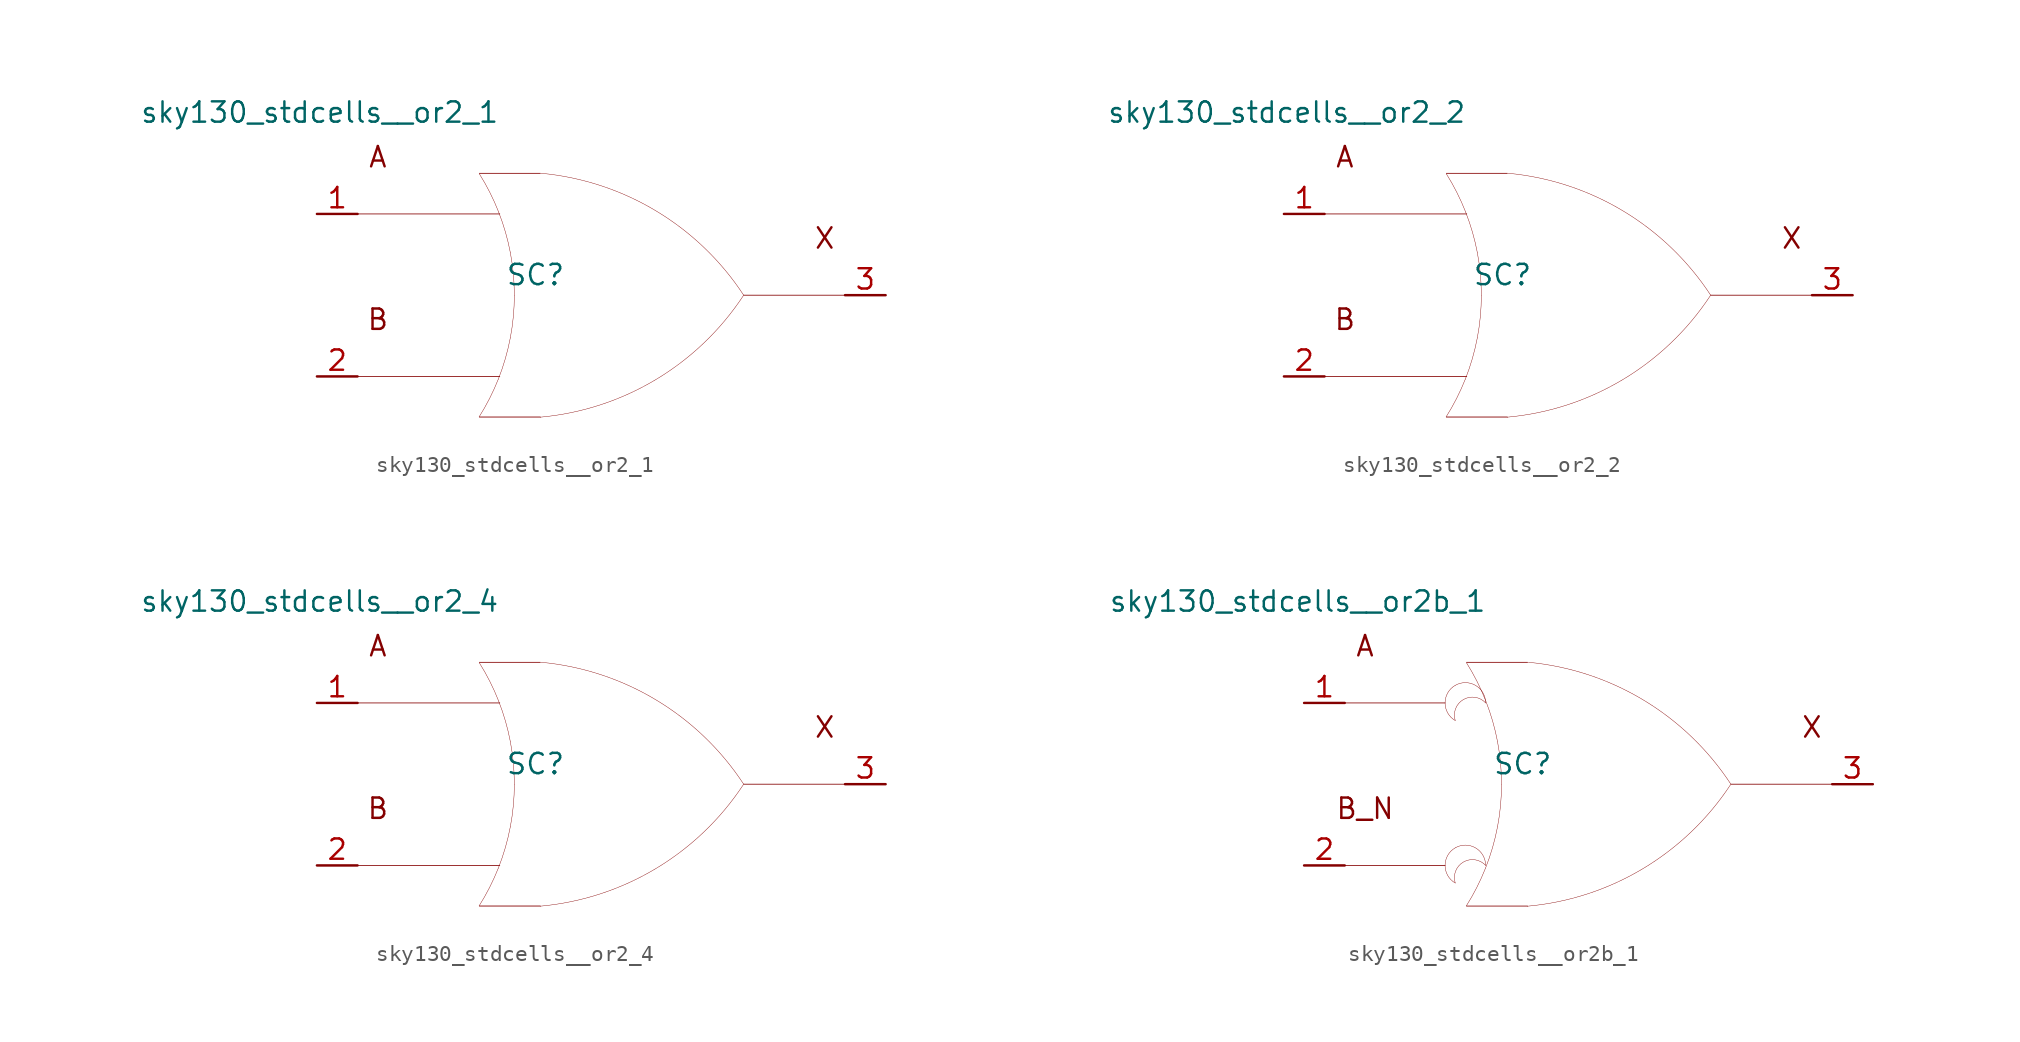
<source format=kicad_sym>
(kicad_symbol_lib
  (version 20211014)
  (generator kicad_symbol_editor)
  (symbol "sky130_stdcells__or2_1"
    (pin_names hide)
    (property "Reference" "SC"
      (at -4.115 1.27 0)
      (effects (font (size 1.27 1.27))))
    (property "Value" "sky130_stdcells__or2_1"
      (at -6.35 11.43 0)
      (effects (font (size 1.27 1.27)) (justify right)))
    (symbol "sky130_stdcells__or2_1_0_0"
      (arc (start -7.6405 -7.6142) (mid -6.983 -6.458) (end -6.4362 -5.2456) (stroke (width 0.0254) (type default) (color 0 0 0 0)) (fill (type none)))
      (arc (start -6.4362 -5.2456) (mid -6.0013 -3.9755) (end -5.688 -2.6701) (stroke (width 0.0254) (type default) (color 0 0 0 0)) (fill (type none)))
      (arc (start -6.418 5.1993) (mid -6.9662 6.4248) (end -7.6273 7.5932) (stroke (width 0.0254) (type default) (color 0 0 0 0)) (fill (type none)))
      (arc (start -5.688 -2.6701) (mid -5.4988 -1.341) (end -5.4356 0) (stroke (width 0.0254) (type default) (color 0 0 0 0)) (fill (type none)))
      (arc (start -5.6834 2.6456) (mid -5.9911 3.9396) (end -6.418 5.1993) (stroke (width 0.0254) (type default) (color 0 0 0 0)) (fill (type none)))
      (arc (start -5.4356 0) (mid -5.4977 1.3286) (end -5.6834 2.6456) (stroke (width 0.0254) (type default) (color 0 0 0 0)) (fill (type none)))
      (arc (start -3.8212 -7.6288) (mid 3.3927 -5.2884) (end 8.8734 -0.0463) (stroke (width 0.0254) (type default) (color 0 0 0 0)) (fill (type none)))
      (polyline (pts (xy -15.24 -5.08) (xy -6.35 -5.08)) (stroke (width 0.051) (type default) (color 0 0 0 0)) (fill (type none)))
      (polyline (pts (xy -15.24 5.08) (xy -6.35 5.08)) (stroke (width 0.051) (type default) (color 0 0 0 0)) (fill (type none)))
      (polyline (pts (xy -7.62 -7.62) (xy -3.81 -7.62)) (stroke (width 0.051) (type default) (color 0 0 0 0)) (fill (type none)))
      (polyline (pts (xy -7.62 7.62) (xy -3.81 7.62)) (stroke (width 0.051) (type default) (color 0 0 0 0)) (fill (type none)))
      (polyline (pts (xy 8.89 0) (xy 15.24 0)) (stroke (width 0.051) (type default) (color 0 0 0 0)) (fill (type none)))
      (arc (start 8.9061 -0.0034) (mid 3.4437 5.2578) (end -3.762 7.6234) (stroke (width 0.0254) (type default) (color 0 0 0 0)) (fill (type none)))
      (text "A" (at -13.97 8.636 0) (effects (font (size 1.27 1.27))))
      (text "B" (at -13.97 -1.524 0) (effects (font (size 1.27 1.27))))
      (text "X" (at 13.97 3.556 0) (effects (font (size 1.27 1.27)))))
    (symbol "sky130_stdcells__or2_1_1_1"
      (pin input line (at -17.78 5.08 0) (length 2.54) (name "A" (effects (font (size 1.092 1.092)))) (number "1" (effects (font (size 1.27 1.27)))))
      (pin input line (at -17.78 -5.08 0) (length 2.54) (name "B" (effects (font (size 1.092 1.092)))) (number "2" (effects (font (size 1.27 1.27)))))
      (pin output line (at 17.78 0 180) (length 2.54) (name "X" (effects (font (size 1.092 1.092)))) (number "3" (effects (font (size 1.27 1.27)))))))
  (symbol "sky130_stdcells__or2_2"
    (pin_names hide)
    (property "Reference" "SC"
      (at -4.115 1.27 0)
      (effects (font (size 1.27 1.27))))
    (property "Value" "sky130_stdcells__or2_2"
      (at -6.35 11.43 0)
      (effects (font (size 1.27 1.27)) (justify right)))
    (symbol "sky130_stdcells__or2_2_0_0"
      (arc (start -7.6405 -7.6142) (mid -6.983 -6.458) (end -6.4362 -5.2456) (stroke (width 0.0254) (type default) (color 0 0 0 0)) (fill (type none)))
      (arc (start -6.4362 -5.2456) (mid -6.0013 -3.9755) (end -5.688 -2.6701) (stroke (width 0.0254) (type default) (color 0 0 0 0)) (fill (type none)))
      (arc (start -6.418 5.1993) (mid -6.9662 6.4248) (end -7.6273 7.5932) (stroke (width 0.0254) (type default) (color 0 0 0 0)) (fill (type none)))
      (arc (start -5.688 -2.6701) (mid -5.4988 -1.341) (end -5.4356 0) (stroke (width 0.0254) (type default) (color 0 0 0 0)) (fill (type none)))
      (arc (start -5.6834 2.6456) (mid -5.9911 3.9396) (end -6.418 5.1993) (stroke (width 0.0254) (type default) (color 0 0 0 0)) (fill (type none)))
      (arc (start -5.4356 0) (mid -5.4977 1.3286) (end -5.6834 2.6456) (stroke (width 0.0254) (type default) (color 0 0 0 0)) (fill (type none)))
      (arc (start -3.8212 -7.6288) (mid 3.3927 -5.2884) (end 8.8734 -0.0463) (stroke (width 0.0254) (type default) (color 0 0 0 0)) (fill (type none)))
      (polyline (pts (xy -15.24 -5.08) (xy -6.35 -5.08)) (stroke (width 0.051) (type default) (color 0 0 0 0)) (fill (type none)))
      (polyline (pts (xy -15.24 5.08) (xy -6.35 5.08)) (stroke (width 0.051) (type default) (color 0 0 0 0)) (fill (type none)))
      (polyline (pts (xy -7.62 -7.62) (xy -3.81 -7.62)) (stroke (width 0.051) (type default) (color 0 0 0 0)) (fill (type none)))
      (polyline (pts (xy -7.62 7.62) (xy -3.81 7.62)) (stroke (width 0.051) (type default) (color 0 0 0 0)) (fill (type none)))
      (polyline (pts (xy 8.89 0) (xy 15.24 0)) (stroke (width 0.051) (type default) (color 0 0 0 0)) (fill (type none)))
      (arc (start 8.9061 -0.0034) (mid 3.4437 5.2578) (end -3.762 7.6234) (stroke (width 0.0254) (type default) (color 0 0 0 0)) (fill (type none)))
      (text "A" (at -13.97 8.636 0) (effects (font (size 1.27 1.27))))
      (text "B" (at -13.97 -1.524 0) (effects (font (size 1.27 1.27))))
      (text "X" (at 13.97 3.556 0) (effects (font (size 1.27 1.27)))))
    (symbol "sky130_stdcells__or2_2_1_1"
      (pin input line (at -17.78 5.08 0) (length 2.54) (name "A" (effects (font (size 1.092 1.092)))) (number "1" (effects (font (size 1.27 1.27)))))
      (pin input line (at -17.78 -5.08 0) (length 2.54) (name "B" (effects (font (size 1.092 1.092)))) (number "2" (effects (font (size 1.27 1.27)))))
      (pin output line (at 17.78 0 180) (length 2.54) (name "X" (effects (font (size 1.092 1.092)))) (number "3" (effects (font (size 1.27 1.27)))))))
  (symbol "sky130_stdcells__or2_4"
    (pin_names hide)
    (property "Reference" "SC"
      (at -4.115 1.27 0)
      (effects (font (size 1.27 1.27))))
    (property "Value" "sky130_stdcells__or2_4"
      (at -6.35 11.43 0)
      (effects (font (size 1.27 1.27)) (justify right)))
    (symbol "sky130_stdcells__or2_4_0_0"
      (arc (start -7.6405 -7.6142) (mid -6.983 -6.458) (end -6.4362 -5.2456) (stroke (width 0.0254) (type default) (color 0 0 0 0)) (fill (type none)))
      (arc (start -6.4362 -5.2456) (mid -6.0013 -3.9755) (end -5.688 -2.6701) (stroke (width 0.0254) (type default) (color 0 0 0 0)) (fill (type none)))
      (arc (start -6.418 5.1993) (mid -6.9662 6.4248) (end -7.6273 7.5932) (stroke (width 0.0254) (type default) (color 0 0 0 0)) (fill (type none)))
      (arc (start -5.688 -2.6701) (mid -5.4988 -1.341) (end -5.4356 0) (stroke (width 0.0254) (type default) (color 0 0 0 0)) (fill (type none)))
      (arc (start -5.6834 2.6456) (mid -5.9911 3.9396) (end -6.418 5.1993) (stroke (width 0.0254) (type default) (color 0 0 0 0)) (fill (type none)))
      (arc (start -5.4356 0) (mid -5.4977 1.3286) (end -5.6834 2.6456) (stroke (width 0.0254) (type default) (color 0 0 0 0)) (fill (type none)))
      (arc (start -3.8212 -7.6288) (mid 3.3927 -5.2884) (end 8.8734 -0.0463) (stroke (width 0.0254) (type default) (color 0 0 0 0)) (fill (type none)))
      (polyline (pts (xy -15.24 -5.08) (xy -6.35 -5.08)) (stroke (width 0.051) (type default) (color 0 0 0 0)) (fill (type none)))
      (polyline (pts (xy -15.24 5.08) (xy -6.35 5.08)) (stroke (width 0.051) (type default) (color 0 0 0 0)) (fill (type none)))
      (polyline (pts (xy -7.62 -7.62) (xy -3.81 -7.62)) (stroke (width 0.051) (type default) (color 0 0 0 0)) (fill (type none)))
      (polyline (pts (xy -7.62 7.62) (xy -3.81 7.62)) (stroke (width 0.051) (type default) (color 0 0 0 0)) (fill (type none)))
      (polyline (pts (xy 8.89 0) (xy 15.24 0)) (stroke (width 0.051) (type default) (color 0 0 0 0)) (fill (type none)))
      (arc (start 8.9061 -0.0034) (mid 3.4437 5.2578) (end -3.762 7.6234) (stroke (width 0.0254) (type default) (color 0 0 0 0)) (fill (type none)))
      (text "A" (at -13.97 8.636 0) (effects (font (size 1.27 1.27))))
      (text "B" (at -13.97 -1.524 0) (effects (font (size 1.27 1.27))))
      (text "X" (at 13.97 3.556 0) (effects (font (size 1.27 1.27)))))
    (symbol "sky130_stdcells__or2_4_1_1"
      (pin input line (at -17.78 5.08 0) (length 2.54) (name "A" (effects (font (size 1.092 1.092)))) (number "1" (effects (font (size 1.27 1.27)))))
      (pin input line (at -17.78 -5.08 0) (length 2.54) (name "B" (effects (font (size 1.092 1.092)))) (number "2" (effects (font (size 1.27 1.27)))))
      (pin output line (at 17.78 0 180) (length 2.54) (name "X" (effects (font (size 1.092 1.092)))) (number "3" (effects (font (size 1.27 1.27)))))))
  (symbol "sky130_stdcells__or2b_1"
    (pin_names hide)
    (property "Reference" "SC"
      (at -4.115 1.27 0)
      (effects (font (size 1.27 1.27))))
    (property "Value" "sky130_stdcells__or2b_1"
      (at -6.35 11.43 0)
      (effects (font (size 1.27 1.27)) (justify right)))
    (symbol "sky130_stdcells__or2b_1_0_0"
      (arc (start -8.3312 -3.9801) (mid -8.9662 -5.08) (end -8.3312 -6.1799) (stroke (width 0.0254) (type default) (color 0 0 0 0)) (fill (type none)))
      (arc (start -8.3312 6.1799) (mid -8.9662 5.08) (end -8.3312 3.9801) (stroke (width 0.0254) (type default) (color 0 0 0 0)) (fill (type none)))
      (arc (start -7.6405 -7.6142) (mid -6.983 -6.458) (end -6.4362 -5.2456) (stroke (width 0.0254) (type default) (color 0 0 0 0)) (fill (type none)))
      (arc (start -6.4362 -5.2456) (mid -6.0013 -3.9755) (end -5.688 -2.6701) (stroke (width 0.0254) (type default) (color 0 0 0 0)) (fill (type none)))
      (arc (start -6.4262 -5.08) (mid -8.2831 -4.6057) (end -8.3312 -6.1799) (stroke (width 0.0254) (type default) (color 0 0 0 0)) (fill (type none)))
      (arc (start -6.4262 -5.08) (mid -7.0612 -3.9802) (end -8.3312 -3.9801) (stroke (width 0.0254) (type default) (color 0 0 0 0)) (fill (type none)))
      (arc (start -6.4262 5.08) (mid -8.2831 5.5543) (end -8.3312 3.9801) (stroke (width 0.0254) (type default) (color 0 0 0 0)) (fill (type none)))
      (arc (start -6.4262 5.08) (mid -7.0612 6.1798) (end -8.3312 6.1799) (stroke (width 0.0254) (type default) (color 0 0 0 0)) (fill (type none)))
      (arc (start -6.418 5.1993) (mid -6.9662 6.4248) (end -7.6273 7.5932) (stroke (width 0.0254) (type default) (color 0 0 0 0)) (fill (type none)))
      (arc (start -5.688 -2.6701) (mid -5.4988 -1.341) (end -5.4356 0) (stroke (width 0.0254) (type default) (color 0 0 0 0)) (fill (type none)))
      (arc (start -5.6834 2.6456) (mid -5.9911 3.9396) (end -6.418 5.1993) (stroke (width 0.0254) (type default) (color 0 0 0 0)) (fill (type none)))
      (arc (start -5.4356 0) (mid -5.4977 1.3286) (end -5.6834 2.6456) (stroke (width 0.0254) (type default) (color 0 0 0 0)) (fill (type none)))
      (arc (start -3.8212 -7.6288) (mid 3.3927 -5.2884) (end 8.8734 -0.0463) (stroke (width 0.0254) (type default) (color 0 0 0 0)) (fill (type none)))
      (polyline (pts (xy -15.24 -5.08) (xy -8.966 -5.08)) (stroke (width 0.051) (type default) (color 0 0 0 0)) (fill (type none)))
      (polyline (pts (xy -15.24 5.08) (xy -8.966 5.08)) (stroke (width 0.051) (type default) (color 0 0 0 0)) (fill (type none)))
      (polyline (pts (xy -7.62 -7.62) (xy -3.81 -7.62)) (stroke (width 0.051) (type default) (color 0 0 0 0)) (fill (type none)))
      (polyline (pts (xy -7.62 7.62) (xy -3.81 7.62)) (stroke (width 0.051) (type default) (color 0 0 0 0)) (fill (type none)))
      (polyline (pts (xy 8.89 0) (xy 15.24 0)) (stroke (width 0.051) (type default) (color 0 0 0 0)) (fill (type none)))
      (arc (start 8.9061 -0.0034) (mid 3.4437 5.2578) (end -3.762 7.6234) (stroke (width 0.0254) (type default) (color 0 0 0 0)) (fill (type none)))
      (text "A" (at -13.97 8.636 0) (effects (font (size 1.27 1.27))))
      (text "B_N" (at -13.97 -1.524 0) (effects (font (size 1.27 1.27))))
      (text "X" (at 13.97 3.556 0) (effects (font (size 1.27 1.27)))))
    (symbol "sky130_stdcells__or2b_1_1_1"
      (pin input line (at -17.78 5.08 0) (length 2.54) (name "A" (effects (font (size 1.092 1.092)))) (number "1" (effects (font (size 1.27 1.27)))))
      (pin input line (at -17.78 -5.08 0) (length 2.54) (name "B_N" (effects (font (size 1.092 1.092)))) (number "2" (effects (font (size 1.27 1.27)))))
      (pin output line (at 17.78 0 180) (length 2.54) (name "X" (effects (font (size 1.092 1.092)))) (number "3" (effects (font (size 1.27 1.27))))))))
</source>
